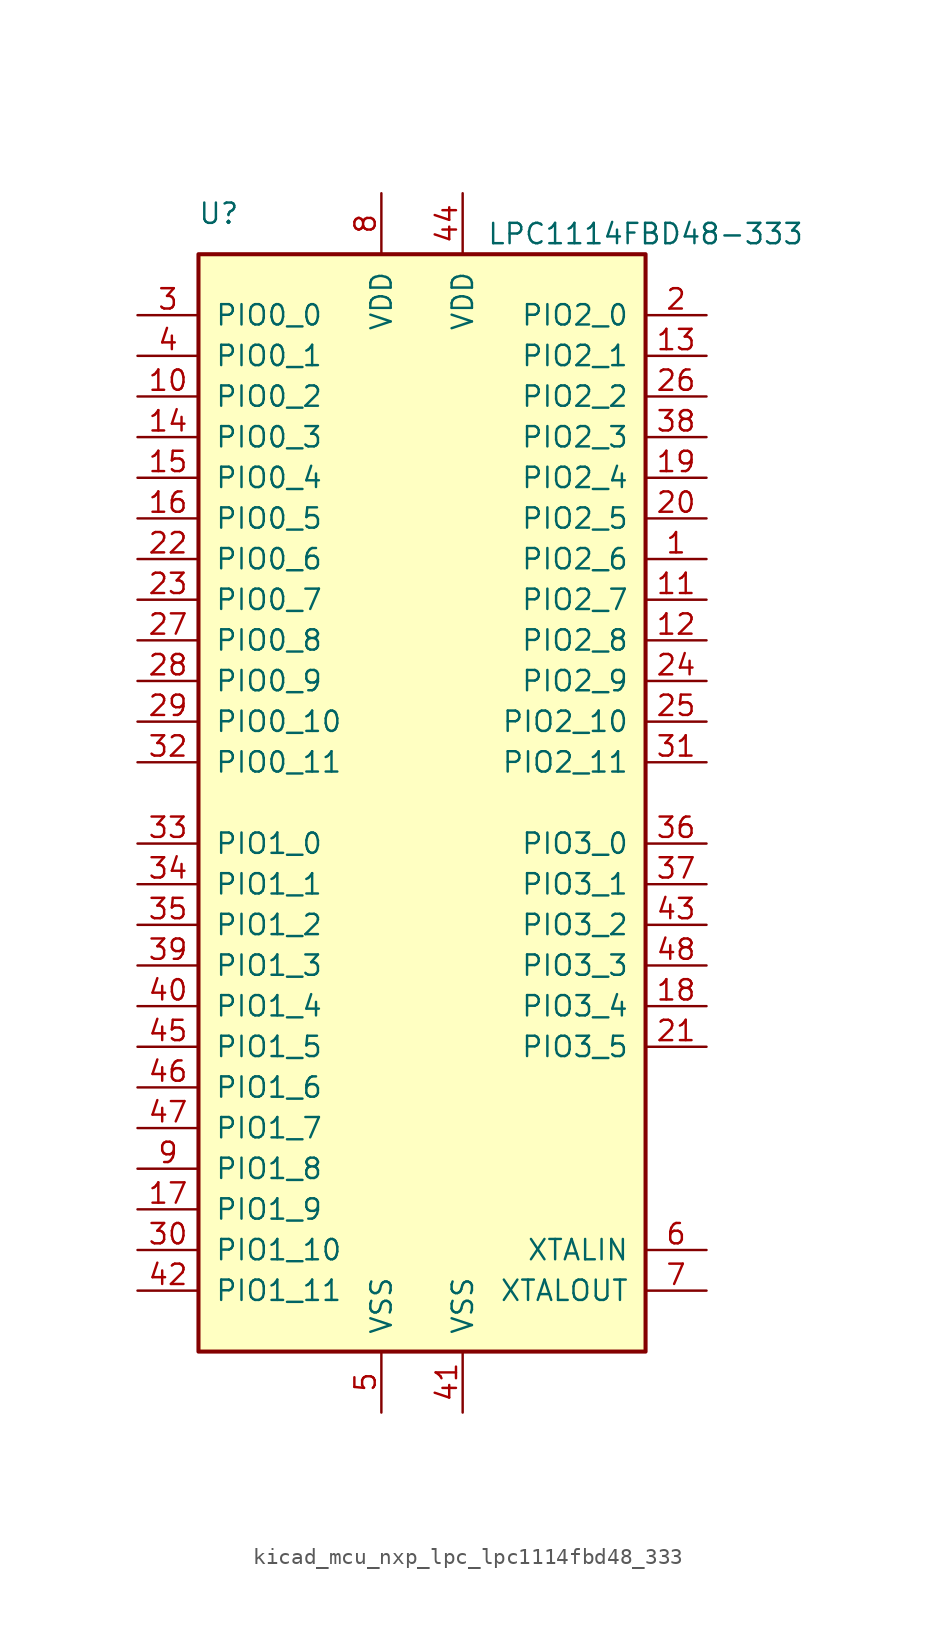
<source format=kicad_sym>
(kicad_symbol_lib
  (version 20220914)
  (generator kicad_symbol_editor)
  (symbol "kicad_mcu_nxp_lpc_lpc1114fbd48_333"
    (pin_names
      (offset 1.016))
    (property "Reference" "U"
      (at -12.7 36.83 0)
      (effects (font (size 1.27 1.27))))
    (property "Value" "LPC1114FBD48-333"
      (at 13.97 35.56 0)
      (effects (font (size 1.27 1.27))))
    (symbol "kicad_mcu_nxp_lpc_lpc1114fbd48_333_0_1"
      (rectangle (start -13.97 34.29) (end 13.97 -34.29) (stroke (width 0.254) (type default)) (fill (type background))))
    (symbol "kicad_mcu_nxp_lpc_lpc1114fbd48_333_1_1"
      (pin bidirectional line (at 17.78 15.24 180) (length 3.81) (name "PIO2_6" (effects (font (size 1.27 1.27)))) (number "1" (effects (font (size 1.27 1.27)))))
      (pin bidirectional line (at -17.78 25.4 0) (length 3.81) (name "PIO0_2" (effects (font (size 1.27 1.27)))) (number "10" (effects (font (size 1.27 1.27)))))
      (pin bidirectional line (at 17.78 12.7 180) (length 3.81) (name "PIO2_7" (effects (font (size 1.27 1.27)))) (number "11" (effects (font (size 1.27 1.27)))))
      (pin bidirectional line (at 17.78 10.16 180) (length 3.81) (name "PIO2_8" (effects (font (size 1.27 1.27)))) (number "12" (effects (font (size 1.27 1.27)))))
      (pin bidirectional line (at 17.78 27.94 180) (length 3.81) (name "PIO2_1" (effects (font (size 1.27 1.27)))) (number "13" (effects (font (size 1.27 1.27)))))
      (pin bidirectional line (at -17.78 22.86 0) (length 3.81) (name "PIO0_3" (effects (font (size 1.27 1.27)))) (number "14" (effects (font (size 1.27 1.27)))))
      (pin bidirectional line (at -17.78 20.32 0) (length 3.81) (name "PIO0_4" (effects (font (size 1.27 1.27)))) (number "15" (effects (font (size 1.27 1.27)))))
      (pin bidirectional line (at -17.78 17.78 0) (length 3.81) (name "PIO0_5" (effects (font (size 1.27 1.27)))) (number "16" (effects (font (size 1.27 1.27)))))
      (pin bidirectional line (at -17.78 -25.4 0) (length 3.81) (name "PIO1_9" (effects (font (size 1.27 1.27)))) (number "17" (effects (font (size 1.27 1.27)))))
      (pin bidirectional line (at 17.78 -12.7 180) (length 3.81) (name "PIO3_4" (effects (font (size 1.27 1.27)))) (number "18" (effects (font (size 1.27 1.27)))))
      (pin bidirectional line (at 17.78 20.32 180) (length 3.81) (name "PIO2_4" (effects (font (size 1.27 1.27)))) (number "19" (effects (font (size 1.27 1.27)))))
      (pin bidirectional line (at 17.78 30.48 180) (length 3.81) (name "PIO2_0" (effects (font (size 1.27 1.27)))) (number "2" (effects (font (size 1.27 1.27)))))
      (pin bidirectional line (at 17.78 17.78 180) (length 3.81) (name "PIO2_5" (effects (font (size 1.27 1.27)))) (number "20" (effects (font (size 1.27 1.27)))))
      (pin bidirectional line (at 17.78 -15.24 180) (length 3.81) (name "PIO3_5" (effects (font (size 1.27 1.27)))) (number "21" (effects (font (size 1.27 1.27)))))
      (pin bidirectional line (at -17.78 15.24 0) (length 3.81) (name "PIO0_6" (effects (font (size 1.27 1.27)))) (number "22" (effects (font (size 1.27 1.27)))))
      (pin bidirectional line (at -17.78 12.7 0) (length 3.81) (name "PIO0_7" (effects (font (size 1.27 1.27)))) (number "23" (effects (font (size 1.27 1.27)))))
      (pin bidirectional line (at 17.78 7.62 180) (length 3.81) (name "PIO2_9" (effects (font (size 1.27 1.27)))) (number "24" (effects (font (size 1.27 1.27)))))
      (pin bidirectional line (at 17.78 5.08 180) (length 3.81) (name "PIO2_10" (effects (font (size 1.27 1.27)))) (number "25" (effects (font (size 1.27 1.27)))))
      (pin bidirectional line (at 17.78 25.4 180) (length 3.81) (name "PIO2_2" (effects (font (size 1.27 1.27)))) (number "26" (effects (font (size 1.27 1.27)))))
      (pin bidirectional line (at -17.78 10.16 0) (length 3.81) (name "PIO0_8" (effects (font (size 1.27 1.27)))) (number "27" (effects (font (size 1.27 1.27)))))
      (pin bidirectional line (at -17.78 7.62 0) (length 3.81) (name "PIO0_9" (effects (font (size 1.27 1.27)))) (number "28" (effects (font (size 1.27 1.27)))))
      (pin bidirectional line (at -17.78 5.08 0) (length 3.81) (name "PIO0_10" (effects (font (size 1.27 1.27)))) (number "29" (effects (font (size 1.27 1.27)))))
      (pin bidirectional line (at -17.78 30.48 0) (length 3.81) (name "PIO0_0" (effects (font (size 1.27 1.27)))) (number "3" (effects (font (size 1.27 1.27)))))
      (pin bidirectional line (at -17.78 -27.94 0) (length 3.81) (name "PIO1_10" (effects (font (size 1.27 1.27)))) (number "30" (effects (font (size 1.27 1.27)))))
      (pin bidirectional line (at 17.78 2.54 180) (length 3.81) (name "PIO2_11" (effects (font (size 1.27 1.27)))) (number "31" (effects (font (size 1.27 1.27)))))
      (pin bidirectional line (at -17.78 2.54 0) (length 3.81) (name "PIO0_11" (effects (font (size 1.27 1.27)))) (number "32" (effects (font (size 1.27 1.27)))))
      (pin bidirectional line (at -17.78 -2.54 0) (length 3.81) (name "PIO1_0" (effects (font (size 1.27 1.27)))) (number "33" (effects (font (size 1.27 1.27)))))
      (pin bidirectional line (at -17.78 -5.08 0) (length 3.81) (name "PIO1_1" (effects (font (size 1.27 1.27)))) (number "34" (effects (font (size 1.27 1.27)))))
      (pin bidirectional line (at -17.78 -7.62 0) (length 3.81) (name "PIO1_2" (effects (font (size 1.27 1.27)))) (number "35" (effects (font (size 1.27 1.27)))))
      (pin bidirectional line (at 17.78 -2.54 180) (length 3.81) (name "PIO3_0" (effects (font (size 1.27 1.27)))) (number "36" (effects (font (size 1.27 1.27)))))
      (pin bidirectional line (at 17.78 -5.08 180) (length 3.81) (name "PIO3_1" (effects (font (size 1.27 1.27)))) (number "37" (effects (font (size 1.27 1.27)))))
      (pin bidirectional line (at 17.78 22.86 180) (length 3.81) (name "PIO2_3" (effects (font (size 1.27 1.27)))) (number "38" (effects (font (size 1.27 1.27)))))
      (pin bidirectional line (at -17.78 -10.16 0) (length 3.81) (name "PIO1_3" (effects (font (size 1.27 1.27)))) (number "39" (effects (font (size 1.27 1.27)))))
      (pin bidirectional line (at -17.78 27.94 0) (length 3.81) (name "PIO0_1" (effects (font (size 1.27 1.27)))) (number "4" (effects (font (size 1.27 1.27)))))
      (pin bidirectional line (at -17.78 -12.7 0) (length 3.81) (name "PIO1_4" (effects (font (size 1.27 1.27)))) (number "40" (effects (font (size 1.27 1.27)))))
      (pin power_in line (at 2.54 -38.1 90) (length 3.81) (name "VSS" (effects (font (size 1.27 1.27)))) (number "41" (effects (font (size 1.27 1.27)))))
      (pin bidirectional line (at -17.78 -30.48 0) (length 3.81) (name "PIO1_11" (effects (font (size 1.27 1.27)))) (number "42" (effects (font (size 1.27 1.27)))))
      (pin bidirectional line (at 17.78 -7.62 180) (length 3.81) (name "PIO3_2" (effects (font (size 1.27 1.27)))) (number "43" (effects (font (size 1.27 1.27)))))
      (pin power_in line (at 2.54 38.1 270) (length 3.81) (name "VDD" (effects (font (size 1.27 1.27)))) (number "44" (effects (font (size 1.27 1.27)))))
      (pin bidirectional line (at -17.78 -15.24 0) (length 3.81) (name "PIO1_5" (effects (font (size 1.27 1.27)))) (number "45" (effects (font (size 1.27 1.27)))))
      (pin bidirectional line (at -17.78 -17.78 0) (length 3.81) (name "PIO1_6" (effects (font (size 1.27 1.27)))) (number "46" (effects (font (size 1.27 1.27)))))
      (pin bidirectional line (at -17.78 -20.32 0) (length 3.81) (name "PIO1_7" (effects (font (size 1.27 1.27)))) (number "47" (effects (font (size 1.27 1.27)))))
      (pin bidirectional line (at 17.78 -10.16 180) (length 3.81) (name "PIO3_3" (effects (font (size 1.27 1.27)))) (number "48" (effects (font (size 1.27 1.27)))))
      (pin power_in line (at -2.54 -38.1 90) (length 3.81) (name "VSS" (effects (font (size 1.27 1.27)))) (number "5" (effects (font (size 1.27 1.27)))))
      (pin input line (at 17.78 -27.94 180) (length 3.81) (name "XTALIN" (effects (font (size 1.27 1.27)))) (number "6" (effects (font (size 1.27 1.27)))))
      (pin output line (at 17.78 -30.48 180) (length 3.81) (name "XTALOUT" (effects (font (size 1.27 1.27)))) (number "7" (effects (font (size 1.27 1.27)))))
      (pin power_in line (at -2.54 38.1 270) (length 3.81) (name "VDD" (effects (font (size 1.27 1.27)))) (number "8" (effects (font (size 1.27 1.27)))))
      (pin bidirectional line (at -17.78 -22.86 0) (length 3.81) (name "PIO1_8" (effects (font (size 1.27 1.27)))) (number "9" (effects (font (size 1.27 1.27))))))))
</source>
